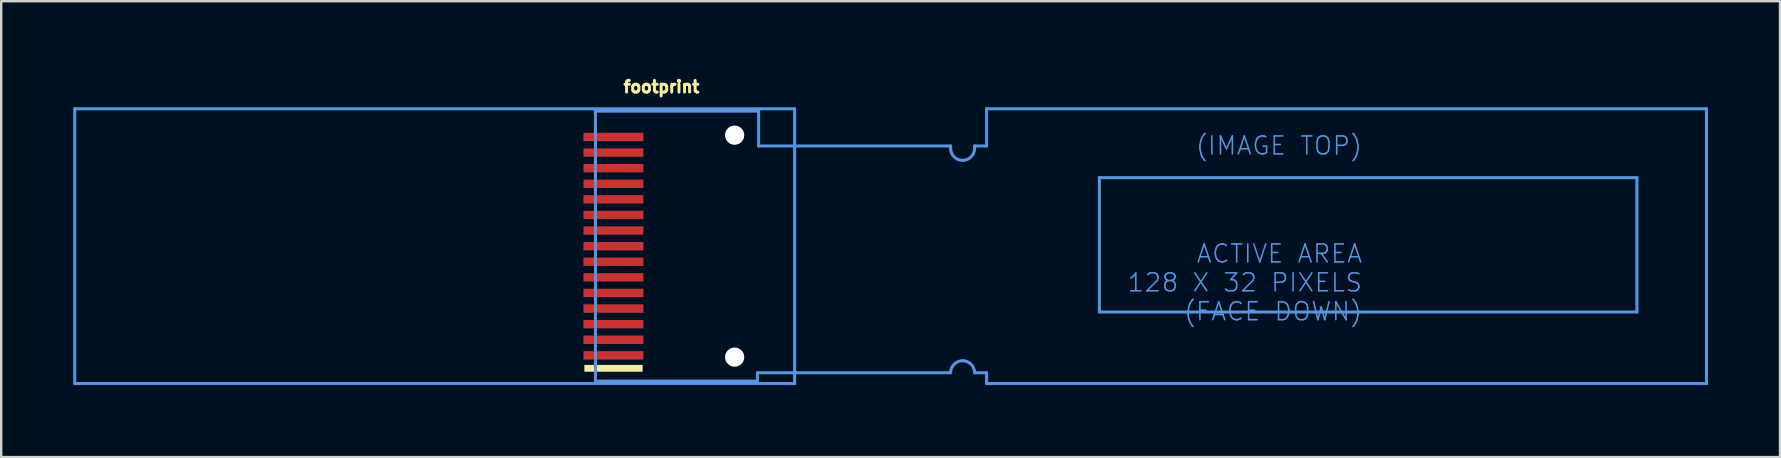
<source format=kicad_pcb>
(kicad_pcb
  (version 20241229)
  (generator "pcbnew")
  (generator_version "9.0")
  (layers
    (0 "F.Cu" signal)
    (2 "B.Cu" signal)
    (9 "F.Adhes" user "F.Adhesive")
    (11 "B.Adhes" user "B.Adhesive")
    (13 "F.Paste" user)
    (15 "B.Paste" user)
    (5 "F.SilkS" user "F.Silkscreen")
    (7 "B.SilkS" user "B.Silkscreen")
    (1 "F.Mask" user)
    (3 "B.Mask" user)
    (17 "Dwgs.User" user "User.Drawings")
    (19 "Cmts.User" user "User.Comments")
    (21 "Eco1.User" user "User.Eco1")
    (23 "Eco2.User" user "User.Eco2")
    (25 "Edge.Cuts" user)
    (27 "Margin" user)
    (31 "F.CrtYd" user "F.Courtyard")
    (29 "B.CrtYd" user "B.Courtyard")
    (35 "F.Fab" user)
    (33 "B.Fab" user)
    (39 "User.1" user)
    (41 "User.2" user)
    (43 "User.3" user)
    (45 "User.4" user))
  (footprint "footprint"
    (layer "F.Cu")
    (at 21.764 1.583)
    (property "Reference" "footprint" (at 1.1 -0.73 0) (layer "F.SilkS") (effects (font (size 0.488 0.488) (thickness 0.122)) (justify left bottom)))
    (fp_poly (pts (xy 1.968 10.858) (xy -0.46 10.858) (xy -0.46 10.573) (xy 1.968 10.573)) (stroke (width 0) (type solid)) (fill yes) (layer "F.SilkS"))
    (fp_poly (pts (xy -0.475 1.225) (xy 1.625 1.225) (xy 1.625 0.925) (xy -0.475 0.925)) (stroke (width 0) (type solid)) (fill yes) (layer "F.Paste"))
    (fp_poly (pts (xy -0.475 1.875) (xy 1.625 1.875) (xy 1.625 1.575) (xy -0.475 1.575)) (stroke (width 0) (type solid)) (fill yes) (layer "F.Paste"))
    (fp_poly (pts (xy -0.475 2.525) (xy 1.625 2.525) (xy 1.625 2.225) (xy -0.475 2.225)) (stroke (width 0) (type solid)) (fill yes) (layer "F.Paste"))
    (fp_poly (pts (xy -0.475 3.175) (xy 1.625 3.175) (xy 1.625 2.875) (xy -0.475 2.875)) (stroke (width 0) (type solid)) (fill yes) (layer "F.Paste"))
    (fp_poly (pts (xy -0.475 3.825) (xy 1.625 3.825) (xy 1.625 3.525) (xy -0.475 3.525)) (stroke (width 0) (type solid)) (fill yes) (layer "F.Paste"))
    (fp_poly (pts (xy -0.475 4.475) (xy 1.625 4.475) (xy 1.625 4.175) (xy -0.475 4.175)) (stroke (width 0) (type solid)) (fill yes) (layer "F.Paste"))
    (fp_poly (pts (xy -0.475 5.125) (xy 1.625 5.125) (xy 1.625 4.825) (xy -0.475 4.825)) (stroke (width 0) (type solid)) (fill yes) (layer "F.Paste"))
    (fp_poly (pts (xy -0.475 5.775) (xy 1.625 5.775) (xy 1.625 5.475) (xy -0.475 5.475)) (stroke (width 0) (type solid)) (fill yes) (layer "F.Paste"))
    (fp_poly (pts (xy -0.475 6.425) (xy 1.625 6.425) (xy 1.625 6.125) (xy -0.475 6.125)) (stroke (width 0) (type solid)) (fill yes) (layer "F.Paste"))
    (fp_poly (pts (xy -0.475 7.075) (xy 1.625 7.075) (xy 1.625 6.775) (xy -0.475 6.775)) (stroke (width 0) (type solid)) (fill yes) (layer "F.Paste"))
    (fp_poly (pts (xy -0.475 7.725) (xy 1.625 7.725) (xy 1.625 7.425) (xy -0.475 7.425)) (stroke (width 0) (type solid)) (fill yes) (layer "F.Paste"))
    (fp_poly (pts (xy -0.475 8.375) (xy 1.625 8.375) (xy 1.625 8.075) (xy -0.475 8.075)) (stroke (width 0) (type solid)) (fill yes) (layer "F.Paste"))
    (fp_poly (pts (xy -0.475 9.025) (xy 1.625 9.025) (xy 1.625 8.725) (xy -0.475 8.725)) (stroke (width 0) (type solid)) (fill yes) (layer "F.Paste"))
    (fp_poly (pts (xy -0.475 9.675) (xy 1.625 9.675) (xy 1.625 9.375) (xy -0.475 9.375)) (stroke (width 0) (type solid)) (fill yes) (layer "F.Paste"))
    (fp_poly (pts (xy -0.475 10.325) (xy 1.625 10.325) (xy 1.625 10.025) (xy -0.475 10.025)) (stroke (width 0) (type solid)) (fill yes) (layer "F.Paste"))
    (fp_line (start -21.7 -0.1) (end 8.3 -0.1) (stroke (width 0.127) (type solid)) (layer "Cmts.User"))
    (fp_line (start -21.7 11.35) (end -21.7 -0.1) (stroke (width 0.127) (type solid)) (layer "Cmts.User"))
    (fp_line (start 0 0) (end 0 11.25) (stroke (width 0.127) (type solid)) (layer "Cmts.User"))
    (fp_line (start 0 0) (end 6.8 0) (stroke (width 0.127) (type solid)) (layer "Cmts.User"))
    (fp_line (start 0 11.25) (end 6.75 11.25) (stroke (width 0.127) (type solid)) (layer "Cmts.User"))
    (fp_line (start 6.75 10.9) (end 14.8 10.9) (stroke (width 0.127) (type solid)) (layer "Cmts.User"))
    (fp_line (start 6.75 11.25) (end 6.75 10.9) (stroke (width 0.127) (type solid)) (layer "Cmts.User"))
    (fp_line (start 6.8 0) (end 6.8 1.45) (stroke (width 0.127) (type solid)) (layer "Cmts.User"))
    (fp_line (start 6.8 1.45) (end 14.8 1.45) (stroke (width 0.127) (type solid)) (layer "Cmts.User"))
    (fp_line (start 8.3 -0.1) (end 8.3 11.35) (stroke (width 0.127) (type solid)) (layer "Cmts.User"))
    (fp_line (start 8.3 11.35) (end -21.7 11.35) (stroke (width 0.127) (type solid)) (layer "Cmts.User"))
    (fp_line (start 14.8 1.45) (end 14.8 1.55) (stroke (width 0.127) (type solid)) (layer "Cmts.User"))
    (fp_line (start 15.8 1.55) (end 15.8 1.45) (stroke (width 0.127) (type solid)) (layer "Cmts.User"))
    (fp_line (start 16.3 -0.1) (end 16.3 1.45) (stroke (width 0.127) (type solid)) (layer "Cmts.User"))
    (fp_line (start 16.3 1.45) (end 15.8 1.45) (stroke (width 0.127) (type solid)) (layer "Cmts.User"))
    (fp_line (start 16.3 10.9) (end 15.8 10.9) (stroke (width 0.127) (type solid)) (layer "Cmts.User"))
    (fp_line (start 16.3 11.35) (end 16.3 10.9) (stroke (width 0.127) (type solid)) (layer "Cmts.User"))
    (fp_line (start 21 2.77) (end 21 8.37) (stroke (width 0.127) (type solid)) (layer "Cmts.User"))
    (fp_line (start 21 8.37) (end 43.4 8.37) (stroke (width 0.127) (type solid)) (layer "Cmts.User"))
    (fp_line (start 43.4 2.77) (end 21 2.77) (stroke (width 0.127) (type solid)) (layer "Cmts.User"))
    (fp_line (start 43.4 8.37) (end 43.4 2.77) (stroke (width 0.127) (type solid)) (layer "Cmts.User"))
    (fp_line (start 46.3 -0.1) (end 16.3 -0.1) (stroke (width 0.127) (type solid)) (layer "Cmts.User"))
    (fp_line (start 46.3 -0.1) (end 46.3 11.35) (stroke (width 0.127) (type solid)) (layer "Cmts.User"))
    (fp_line (start 46.3 11.35) (end 16.3 11.35) (stroke (width 0.127) (type solid)) (layer "Cmts.User"))
    (fp_arc (start 14.8 10.9) (mid 14.946447 10.546447) (end 15.3 10.4) (stroke (width 0.127) (type solid)) (layer "Cmts.User"))
    (fp_arc (start 15.3 2.05) (mid 14.946447 1.903553) (end 14.8 1.55) (stroke (width 0.127) (type solid)) (layer "Cmts.User"))
    (fp_arc (start 15.3 10.4) (mid 15.653553 10.546447) (end 15.8 10.9) (stroke (width 0.127) (type solid)) (layer "Cmts.User"))
    (fp_arc (start 15.8 1.55) (mid 15.653553 1.903553) (end 15.3 2.05) (stroke (width 0.127) (type solid)) (layer "Cmts.User"))
    (fp_text user "ACTIVE AREA\n128 X 32 PIXELS\n(FACE DOWN)" (at 32 5.5 0) (layer "Cmts.User") (effects (font (size 0.748 0.748) (thickness 0.065)) (justify right top)))
    (fp_text user "(IMAGE TOP)" (at 32 1 0) (layer "Cmts.User") (effects (font (size 0.748 0.748) (thickness 0.065)) (justify right top)))
    (pad "" np_thru_hole circle (at 5.8 1) (size 0.8 0.8) (drill 0.8) (layers "*.Cu" "*.Mask"))
    (pad "" np_thru_hole circle (at 5.8 10.25) (size 0.8 0.8) (drill 0.8) (layers "*.Cu" "*.Mask"))
    (pad "1" smd rect (at 0.75 10.175 270) (size 0.35 2.5) (layers "F.Cu" "F.Mask"))
    (pad "2" smd rect (at 0.75 9.525 270) (size 0.35 2.5) (layers "F.Cu" "F.Mask"))
    (pad "3" smd rect (at 0.75 8.875 270) (size 0.35 2.5) (layers "F.Cu" "F.Mask"))
    (pad "4" smd rect (at 0.75 8.225 270) (size 0.35 2.5) (layers "F.Cu" "F.Mask"))
    (pad "5" smd rect (at 0.75 7.575 270) (size 0.35 2.5) (layers "F.Cu" "F.Mask"))
    (pad "6" smd rect (at 0.75 6.925 270) (size 0.35 2.5) (layers "F.Cu" "F.Mask"))
    (pad "7" smd rect (at 0.75 6.275 270) (size 0.35 2.5) (layers "F.Cu" "F.Mask"))
    (pad "8" smd rect (at 0.75 5.625 270) (size 0.35 2.5) (layers "F.Cu" "F.Mask"))
    (pad "9" smd rect (at 0.75 4.975 270) (size 0.35 2.5) (layers "F.Cu" "F.Mask"))
    (pad "10" smd rect (at 0.75 4.325 270) (size 0.35 2.5) (layers "F.Cu" "F.Mask"))
    (pad "11" smd rect (at 0.75 3.675 270) (size 0.35 2.5) (layers "F.Cu" "F.Mask"))
    (pad "12" smd rect (at 0.75 3.025 270) (size 0.35 2.5) (layers "F.Cu" "F.Mask"))
    (pad "13" smd rect (at 0.75 2.375 270) (size 0.35 2.5) (layers "F.Cu" "F.Mask"))
    (pad "14" smd rect (at 0.75 1.725 270) (size 0.35 2.5) (layers "F.Cu" "F.Mask"))
    (pad "15" smd rect (at 0.75 1.075 270) (size 0.35 2.5) (layers "F.Cu" "F.Mask")))
  (gr_rect
    (start -3 -3)
    (end 71.127 15.997)
    (stroke (width 0.1) (type default))
    (fill no)
    (layer "Edge.Cuts")))
</source>
